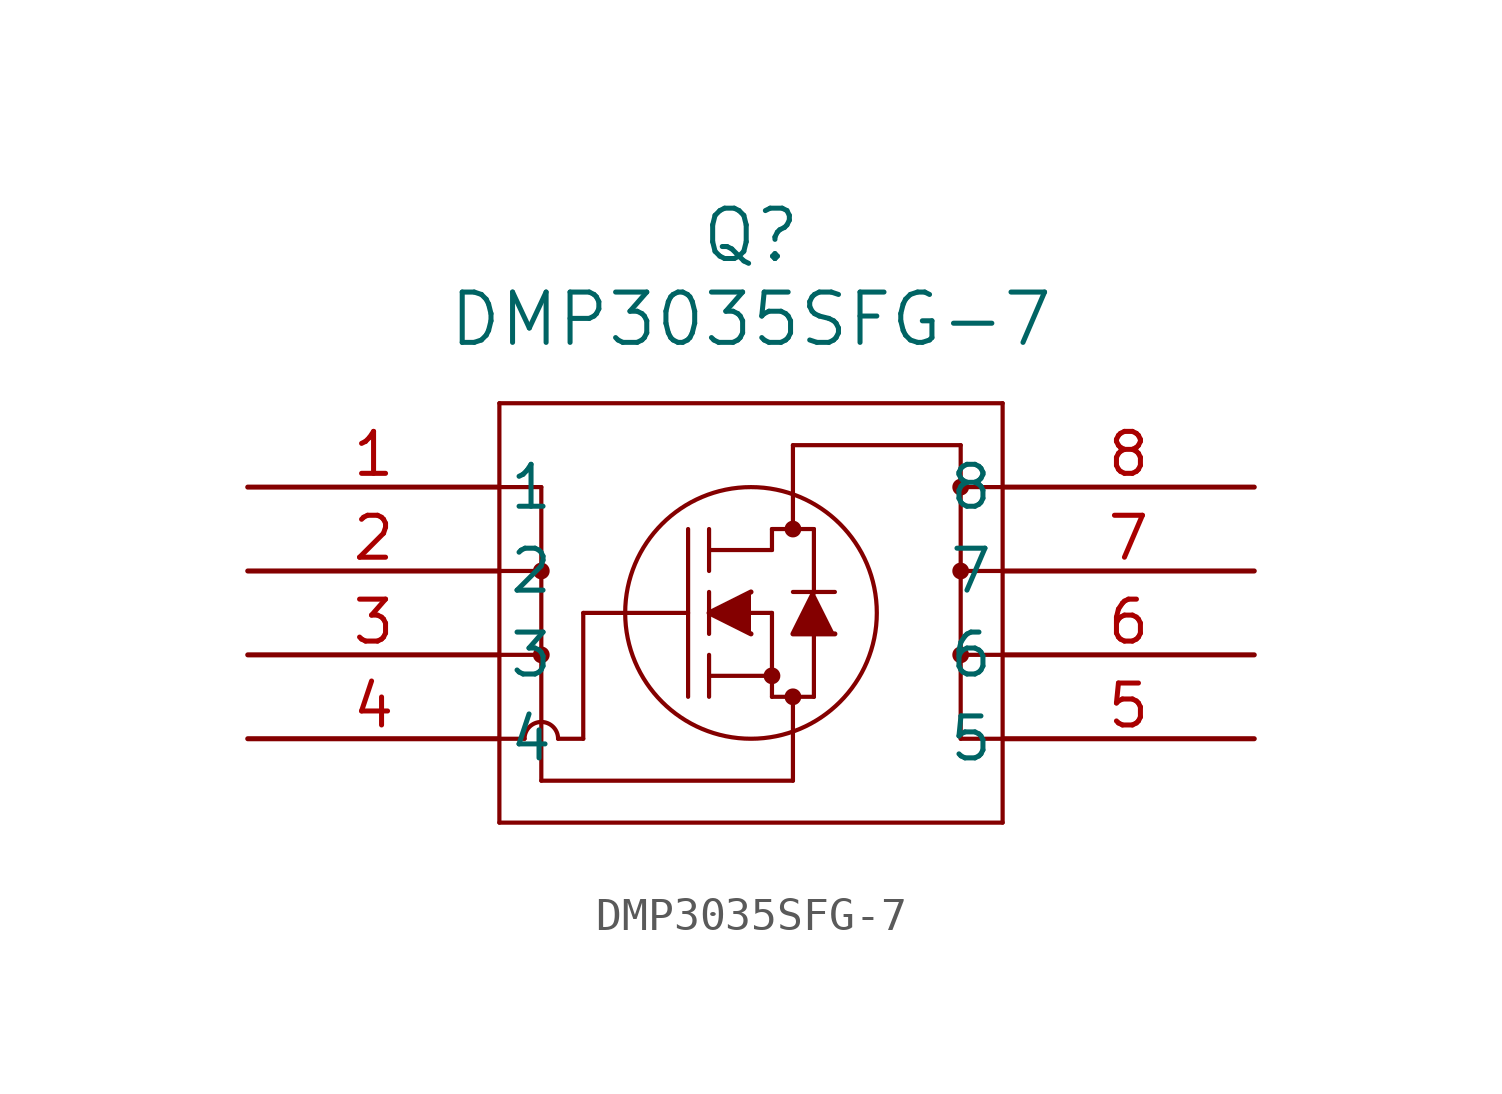
<source format=kicad_sym>
(kicad_symbol_lib
  (version 20211014)
  (generator kicad_symbol_editor)
  (symbol "DMP3035SFG-7"
    (pin_names
      (offset 0.254))
    (property "Reference" "Q"
      (at 15.24 7.62 0)
      (effects (font (size 1.524 1.524))))
    (property "Value" "DMP3035SFG-7"
      (at 15.24 5.08 0)
      (effects (font (size 1.524 1.524))))
    (symbol "DMP3035SFG-7_0_1"
      (polyline (pts (xy 7.62 2.54) (xy 7.62 -10.16)) (stroke (width 0.127) (type default) (color 0 0 0 0)) (fill (type none)))
      (polyline (pts (xy 7.62 -10.16) (xy 22.86 -10.16)) (stroke (width 0.127) (type default) (color 0 0 0 0)) (fill (type none)))
      (polyline (pts (xy 22.86 -10.16) (xy 22.86 2.54)) (stroke (width 0.127) (type default) (color 0 0 0 0)) (fill (type none)))
      (polyline (pts (xy 22.86 2.54) (xy 7.62 2.54)) (stroke (width 0.127) (type default) (color 0 0 0 0)) (fill (type none)))
      (circle (center 16.51 -1.27) (radius 0.127) (stroke (width 0.254) (type default) (color 0 0 0 0)) (fill (type none)))
      (circle (center 16.51 -6.35) (radius 0.127) (stroke (width 0.254) (type default) (color 0 0 0 0)) (fill (type none)))
      (circle (center 15.875 -5.715) (radius 0.127) (stroke (width 0.254) (type default) (color 0 0 0 0)) (fill (type none)))
      (circle (center 15.24 -3.81) (radius 3.81) (stroke (width 0.127) (type default) (color 0 0 0 0)) (fill (type none)))
      (polyline (pts (xy 10.16 -3.81) (xy 13.335 -3.81)) (stroke (width 0.127) (type default) (color 0 0 0 0)) (fill (type none)))
      (polyline (pts (xy 13.335 -6.35) (xy 13.335 -1.27)) (stroke (width 0.127) (type default) (color 0 0 0 0)) (fill (type none)))
      (polyline (pts (xy 13.97 -4.445) (xy 13.97 -3.175)) (stroke (width 0.127) (type default) (color 0 0 0 0)) (fill (type none)))
      (polyline (pts (xy 13.97 -6.35) (xy 13.97 -5.08)) (stroke (width 0.127) (type default) (color 0 0 0 0)) (fill (type none)))
      (polyline (pts (xy 13.97 -2.54) (xy 13.97 -1.27)) (stroke (width 0.127) (type default) (color 0 0 0 0)) (fill (type none)))
      (polyline (pts (xy 15.24 -3.81) (xy 15.875 -3.81)) (stroke (width 0.127) (type default) (color 0 0 0 0)) (fill (type none)))
      (polyline (pts (xy 13.97 -5.715) (xy 15.875 -5.715)) (stroke (width 0.127) (type default) (color 0 0 0 0)) (fill (type none)))
      (polyline (pts (xy 15.875 -6.35) (xy 15.875 -3.81)) (stroke (width 0.127) (type default) (color 0 0 0 0)) (fill (type none)))
      (polyline (pts (xy 15.875 -6.35) (xy 17.145 -6.35)) (stroke (width 0.127) (type default) (color 0 0 0 0)) (fill (type none)))
      (polyline (pts (xy 13.97 -1.905) (xy 15.875 -1.905)) (stroke (width 0.127) (type default) (color 0 0 0 0)) (fill (type none)))
      (polyline (pts (xy 17.145 -3.175) (xy 17.145 -1.27)) (stroke (width 0.127) (type default) (color 0 0 0 0)) (fill (type none)))
      (polyline (pts (xy 17.145 -6.35) (xy 17.145 -4.445)) (stroke (width 0.127) (type default) (color 0 0 0 0)) (fill (type none)))
      (polyline (pts (xy 17.78 -3.175) (xy 16.51 -3.175)) (stroke (width 0.127) (type default) (color 0 0 0 0)) (fill (type none)))
      (polyline (pts (xy 15.875 -1.27) (xy 17.145 -1.27)) (stroke (width 0.127) (type default) (color 0 0 0 0)) (fill (type none)))
      (polyline (pts (xy 15.875 -1.905) (xy 15.875 -1.27)) (stroke (width 0.127) (type default) (color 0 0 0 0)) (fill (type none)))
      (polyline (pts (xy 7.62 -7.62) (xy 8.382 -7.62)) (stroke (width 0.127) (type default) (color 0 0 0 0)) (fill (type none)))
      (polyline (pts (xy 8.89 0) (xy 8.89 -8.89)) (stroke (width 0.127) (type default) (color 0 0 0 0)) (fill (type none)))
      (polyline (pts (xy 7.62 0) (xy 8.89 0)) (stroke (width 0.127) (type default) (color 0 0 0 0)) (fill (type none)))
      (polyline (pts (xy 7.62 -2.54) (xy 8.89 -2.54)) (stroke (width 0.127) (type default) (color 0 0 0 0)) (fill (type none)))
      (polyline (pts (xy 7.62 -5.08) (xy 8.89 -5.08)) (stroke (width 0.127) (type default) (color 0 0 0 0)) (fill (type none)))
      (arc (start 9.398 -7.62) (mid 8.89 -7.112) (end 8.382 -7.62) (stroke (width 0.127) (type default) (color 0 0 0 0)) (fill (type none)))
      (polyline (pts (xy 10.16 -7.62) (xy 9.398 -7.62)) (stroke (width 0.127) (type default) (color 0 0 0 0)) (fill (type none)))
      (polyline (pts (xy 8.89 -8.89) (xy 16.51 -8.89)) (stroke (width 0.127) (type default) (color 0 0 0 0)) (fill (type none)))
      (polyline (pts (xy 16.51 -8.89) (xy 16.51 -6.35)) (stroke (width 0.127) (type default) (color 0 0 0 0)) (fill (type none)))
      (polyline (pts (xy 22.86 -7.62) (xy 21.59 -7.62)) (stroke (width 0.127) (type default) (color 0 0 0 0)) (fill (type none)))
      (polyline (pts (xy 21.59 -7.62) (xy 21.59 1.27)) (stroke (width 0.127) (type default) (color 0 0 0 0)) (fill (type none)))
      (polyline (pts (xy 22.86 -5.08) (xy 21.59 -5.08)) (stroke (width 0.127) (type default) (color 0 0 0 0)) (fill (type none)))
      (polyline (pts (xy 22.86 -2.54) (xy 21.59 -2.54)) (stroke (width 0.127) (type default) (color 0 0 0 0)) (fill (type none)))
      (polyline (pts (xy 21.59 1.27) (xy 16.51 1.27)) (stroke (width 0.127) (type default) (color 0 0 0 0)) (fill (type none)))
      (polyline (pts (xy 16.51 1.27) (xy 16.51 -1.27)) (stroke (width 0.127) (type default) (color 0 0 0 0)) (fill (type none)))
      (circle (center 8.89 -2.54) (radius 0.127) (stroke (width 0.254) (type default) (color 0 0 0 0)) (fill (type none)))
      (circle (center 8.89 -5.08) (radius 0.127) (stroke (width 0.254) (type default) (color 0 0 0 0)) (fill (type none)))
      (polyline (pts (xy 10.16 -3.81) (xy 10.16 -7.62)) (stroke (width 0.127) (type default) (color 0 0 0 0)) (fill (type none)))
      (circle (center 21.59 0) (radius 0.127) (stroke (width 0.254) (type default) (color 0 0 0 0)) (fill (type none)))
      (circle (center 21.59 -2.54) (radius 0.127) (stroke (width 0.254) (type default) (color 0 0 0 0)) (fill (type none)))
      (circle (center 21.59 -5.08) (radius 0.127) (stroke (width 0.254) (type default) (color 0 0 0 0)) (fill (type none)))
      (polyline (pts (xy 15.24 -3.175) (xy 13.97 -3.81) (xy 15.24 -4.445)) (stroke (width 0) (type default) (color 0 0 0 0)) (fill (type outline)))
      (polyline (pts (xy 17.78 -4.445) (xy 16.51 -4.445) (xy 17.145 -3.175)) (stroke (width 0) (type default) (color 0 0 0 0)) (fill (type outline)))
      (polyline (pts (xy 22.86 0) (xy 21.59 0)) (stroke (width 0.127) (type default) (color 0 0 0 0)) (fill (type none)))
      (pin unspecified line (at 0 0 0) (length 7.62) (name "1" (effects (font (size 1.27 1.27)))) (number "1" (effects (font (size 1.27 1.27)))))
      (pin unspecified line (at 0 -2.54 0) (length 7.62) (name "2" (effects (font (size 1.27 1.27)))) (number "2" (effects (font (size 1.27 1.27)))))
      (pin unspecified line (at 0 -5.08 0) (length 7.62) (name "3" (effects (font (size 1.27 1.27)))) (number "3" (effects (font (size 1.27 1.27)))))
      (pin unspecified line (at 0 -7.62 0) (length 7.62) (name "4" (effects (font (size 1.27 1.27)))) (number "4" (effects (font (size 1.27 1.27)))))
      (pin unspecified line (at 30.48 -7.62 180) (length 7.62) (name "5" (effects (font (size 1.27 1.27)))) (number "5" (effects (font (size 1.27 1.27)))))
      (pin unspecified line (at 30.48 -5.08 180) (length 7.62) (name "6" (effects (font (size 1.27 1.27)))) (number "6" (effects (font (size 1.27 1.27)))))
      (pin unspecified line (at 30.48 -2.54 180) (length 7.62) (name "7" (effects (font (size 1.27 1.27)))) (number "7" (effects (font (size 1.27 1.27)))))
      (pin unspecified line (at 30.48 0 180) (length 7.62) (name "8" (effects (font (size 1.27 1.27)))) (number "8" (effects (font (size 1.27 1.27))))))))
</source>
